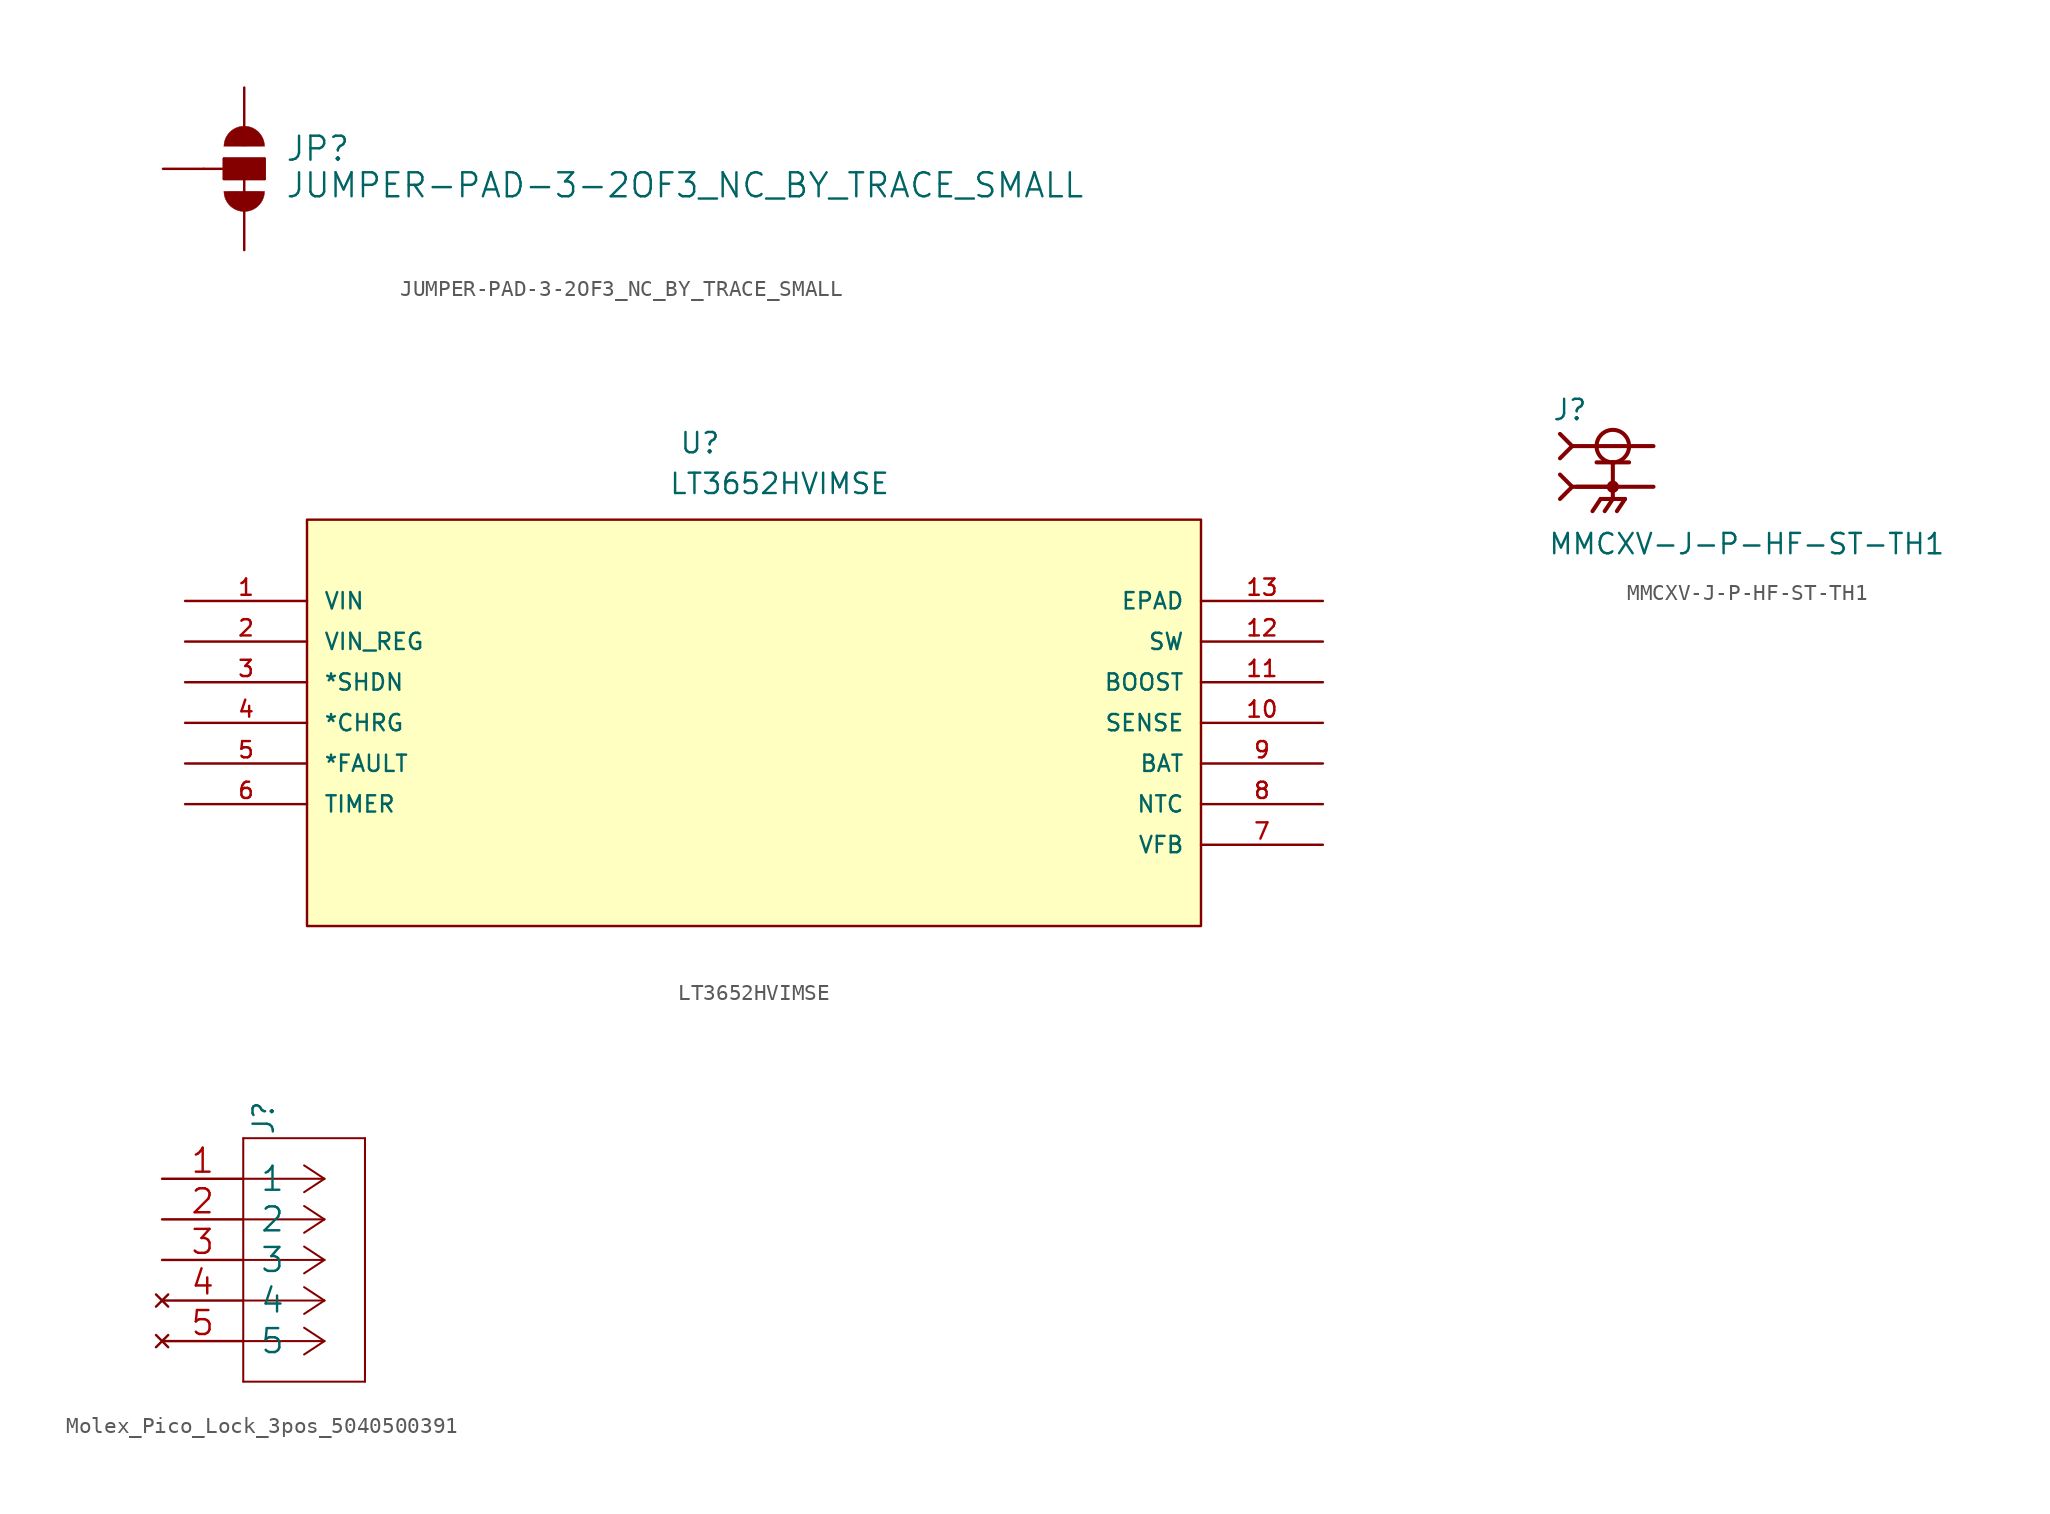
<source format=kicad_sym>
(kicad_symbol_lib
  (version 20211014)
  (generator kicad_symbol_editor)
  (symbol "JUMPER-PAD-3-2OF3_NC_BY_TRACE_SMALL"
    (pin_names
      (offset 1.016))
    (property "Reference" "JP"
      (at 2.54 0.381 0)
      (effects (font (size 1.499 1.499)) (justify left bottom)))
    (property "Value" "JUMPER-PAD-3-2OF3_NC_BY_TRACE_SMALL"
      (at 2.54 -1.905 0)
      (effects (font (size 1.499 1.499)) (justify left bottom)))
    (property "ki_locked" ""
      (at 0 0 0)
      (effects (font (size 1.27 1.27))))
    (symbol "JUMPER-PAD-3-2OF3_NC_BY_TRACE_SMALL_1_0"
      (arc (start -1.27 -1.397) (mid 0 -2.667) (end 1.27 -1.397) (stroke (width 0.0254) (type default) (color 0 0 0 0)) (fill (type outline)))
      (rectangle (start -1.27 -0.635) (end 1.27 0.635) (stroke (width 0) (type default) (color 0 0 0 0)) (fill (type outline)))
      (polyline (pts (xy -2.54 0) (xy -1.27 0)) (stroke (width 0) (type default) (color 0 0 0 0)) (fill (type none)))
      (polyline (pts (xy -1.27 -0.635) (xy -1.27 0)) (stroke (width 0) (type default) (color 0 0 0 0)) (fill (type none)))
      (polyline (pts (xy -1.27 0) (xy -1.27 0.635)) (stroke (width 0) (type default) (color 0 0 0 0)) (fill (type none)))
      (polyline (pts (xy -1.27 0.635) (xy 1.27 0.635)) (stroke (width 0) (type default) (color 0 0 0 0)) (fill (type none)))
      (polyline (pts (xy 0 0) (xy 0 -2.54)) (stroke (width 0) (type default) (color 0 0 0 0)) (fill (type none)))
      (polyline (pts (xy 1.27 -0.635) (xy -1.27 -0.635)) (stroke (width 0) (type default) (color 0 0 0 0)) (fill (type none)))
      (polyline (pts (xy 1.27 0.635) (xy 1.27 -0.635)) (stroke (width 0) (type default) (color 0 0 0 0)) (fill (type none)))
      (arc (start 1.27 1.397) (mid 0 2.667) (end -1.27 1.397) (stroke (width 0.0254) (type default) (color 0 0 0 0)) (fill (type outline)))
      (pin passive line (at 0 5.08 270) (length 2.54) (name "1" (effects (font (size 0 0)))) (number "1" (effects (font (size 0 0)))))
      (pin passive line (at -5.08 0 0) (length 2.54) (name "2" (effects (font (size 0 0)))) (number "2" (effects (font (size 0 0)))))
      (pin passive line (at 0 -5.08 90) (length 2.54) (name "3" (effects (font (size 0 0)))) (number "3" (effects (font (size 0 0)))))))
  (symbol "LT3652HVIMSE"
    (pin_names
      (offset 1.016))
    (property "Reference" "U"
      (at 30.874 9.13 0)
      (effects (font (size 1.27 1.27)) (justify left bottom)))
    (property "Value" "LT3652HVIMSE"
      (at 30.225 6.584 0)
      (effects (font (size 1.27 1.27)) (justify left bottom)))
    (symbol "LT3652HVIMSE_0_0"
      (rectangle (start 7.62 -20.32) (end 63.5 5.08) (stroke (width 0.152) (type default) (color 0 0 0 0)) (fill (type background)))
      (pin input line (at 0 0 0) (length 7.62) (name "VIN" (effects (font (size 1.016 1.016)))) (number "1" (effects (font (size 1.016 1.016)))))
      (pin passive line (at 71.12 -7.62 180) (length 7.62) (name "SENSE" (effects (font (size 1.016 1.016)))) (number "10" (effects (font (size 1.016 1.016)))))
      (pin passive line (at 71.12 -5.08 180) (length 7.62) (name "BOOST" (effects (font (size 1.016 1.016)))) (number "11" (effects (font (size 1.016 1.016)))))
      (pin output line (at 71.12 -2.54 180) (length 7.62) (name "SW" (effects (font (size 1.016 1.016)))) (number "12" (effects (font (size 1.016 1.016)))))
      (pin passive line (at 71.12 0 180) (length 7.62) (name "EPAD" (effects (font (size 1.016 1.016)))) (number "13" (effects (font (size 1.016 1.016)))))
      (pin input line (at 0 -2.54 0) (length 7.62) (name "VIN_REG" (effects (font (size 1.016 1.016)))) (number "2" (effects (font (size 1.016 1.016)))))
      (pin input line (at 0 -5.08 0) (length 7.62) (name "*SHDN" (effects (font (size 1.016 1.016)))) (number "3" (effects (font (size 1.016 1.016)))))
      (pin output line (at 0 -7.62 0) (length 7.62) (name "*CHRG" (effects (font (size 1.016 1.016)))) (number "4" (effects (font (size 1.016 1.016)))))
      (pin output line (at 0 -10.16 0) (length 7.62) (name "*FAULT" (effects (font (size 1.016 1.016)))) (number "5" (effects (font (size 1.016 1.016)))))
      (pin passive line (at 0 -12.7 0) (length 7.62) (name "TIMER" (effects (font (size 1.016 1.016)))) (number "6" (effects (font (size 1.016 1.016)))))
      (pin output line (at 71.12 -15.24 180) (length 7.62) (name "VFB" (effects (font (size 1.016 1.016)))) (number "7" (effects (font (size 1.016 1.016)))))
      (pin input line (at 71.12 -12.7 180) (length 7.62) (name "NTC" (effects (font (size 1.016 1.016)))) (number "8" (effects (font (size 1.016 1.016)))))
      (pin output line (at 71.12 -10.16 180) (length 7.62) (name "BAT" (effects (font (size 1.016 1.016)))) (number "9" (effects (font (size 1.016 1.016)))))))
  (symbol "MMCXV-J-P-HF-ST-TH1"
    (pin_numbers hide)
    (pin_names
      (offset 1.016) hide)
    (property "Reference" "J"
      (at -3.81 4.064 0)
      (effects (font (size 1.27 1.27)) (justify left bottom)))
    (property "Value" "MMCXV-J-P-HF-ST-TH1"
      (at -4.064 -4.318 0)
      (effects (font (size 1.27 1.27)) (justify left bottom)))
    (property "ki_locked" ""
      (at 0 0 0)
      (effects (font (size 1.27 1.27))))
    (symbol "MMCXV-J-P-HF-ST-TH1_0_0"
      (polyline (pts (xy -3.302 -0.762) (xy -2.54 0)) (stroke (width 0.254) (type default) (color 0 0 0 0)) (fill (type none)))
      (polyline (pts (xy -3.302 0.762) (xy -2.54 0)) (stroke (width 0.254) (type default) (color 0 0 0 0)) (fill (type none)))
      (polyline (pts (xy -3.302 1.778) (xy -2.54 2.54)) (stroke (width 0.254) (type default) (color 0 0 0 0)) (fill (type none)))
      (polyline (pts (xy -3.302 3.302) (xy -2.54 2.54)) (stroke (width 0.254) (type default) (color 0 0 0 0)) (fill (type none)))
      (polyline (pts (xy -2.54 0) (xy 0 0)) (stroke (width 0.254) (type default) (color 0 0 0 0)) (fill (type none)))
      (polyline (pts (xy -2.54 2.54) (xy 2.54 2.54)) (stroke (width 0.254) (type default) (color 0 0 0 0)) (fill (type none)))
      (polyline (pts (xy -1.016 1.524) (xy 0 1.524)) (stroke (width 0.254) (type default) (color 0 0 0 0)) (fill (type none)))
      (polyline (pts (xy -0.762 -0.762) (xy -1.27 -1.524)) (stroke (width 0.254) (type default) (color 0 0 0 0)) (fill (type none)))
      (polyline (pts (xy 0 -0.762) (xy -0.762 -0.762)) (stroke (width 0.254) (type default) (color 0 0 0 0)) (fill (type none)))
      (polyline (pts (xy 0 -0.762) (xy -0.508 -1.524)) (stroke (width 0.254) (type default) (color 0 0 0 0)) (fill (type none)))
      (polyline (pts (xy 0 -0.762) (xy 0.762 -0.762)) (stroke (width 0.254) (type default) (color 0 0 0 0)) (fill (type none)))
      (polyline (pts (xy 0 0) (xy -2.286 0)) (stroke (width 0.254) (type default) (color 0 0 0 0)) (fill (type none)))
      (polyline (pts (xy 0 0) (xy 0 -0.762)) (stroke (width 0.254) (type default) (color 0 0 0 0)) (fill (type none)))
      (polyline (pts (xy 0 1.524) (xy 0 0)) (stroke (width 0.254) (type default) (color 0 0 0 0)) (fill (type none)))
      (polyline (pts (xy 0 1.524) (xy 1.016 1.524)) (stroke (width 0.254) (type default) (color 0 0 0 0)) (fill (type none)))
      (polyline (pts (xy 0.762 -0.762) (xy 0.254 -1.524)) (stroke (width 0.254) (type default) (color 0 0 0 0)) (fill (type none)))
      (polyline (pts (xy 2.54 0) (xy 0 0)) (stroke (width 0.254) (type default) (color 0 0 0 0)) (fill (type none)))
      (circle (center 0 0) (radius 0.254) (stroke (width 0.254) (type default) (color 0 0 0 0)) (fill (type none)))
      (circle (center 0 2.54) (radius 1.016) (stroke (width 0.254) (type default) (color 0 0 0 0)) (fill (type none)))
      (pin passive line (at 2.54 2.54 180) (length 5.08) (name "~" (effects (font (size 1.016 1.016)))) (number "1" (effects (font (size 1.016 1.016)))))
      (pin passive line (at 2.54 0 180) (length 5.08) (name "~" (effects (font (size 1.016 1.016)))) (number "S1" (effects (font (size 1.016 1.016)))))
      (pin passive line (at 2.54 0 180) (length 5.08) (name "~" (effects (font (size 1.016 1.016)))) (number "S2" (effects (font (size 1.016 1.016)))))
      (pin passive line (at 2.54 0 180) (length 5.08) (name "~" (effects (font (size 1.016 1.016)))) (number "S3" (effects (font (size 1.016 1.016)))))
      (pin passive line (at 2.54 0 180) (length 5.08) (name "~" (effects (font (size 1.016 1.016)))) (number "S4" (effects (font (size 1.016 1.016)))))))
  (symbol "Molex_Pico_Lock_3pos_5040500391"
    (pin_names
      (offset 1.016))
    (property "Reference" "J"
      (at -2.54 8.89 90)
      (effects (font (size 1.27 1.27))))
    (symbol "Molex_Pico_Lock_3pos_5040500391_1_1"
      (polyline (pts (xy -3.81 -7.62) (xy 3.81 -7.62)) (stroke (width 0.127) (type default) (color 0 0 0 0)) (fill (type none)))
      (polyline (pts (xy -3.81 7.62) (xy -3.81 -7.62)) (stroke (width 0.127) (type default) (color 0 0 0 0)) (fill (type none)))
      (polyline (pts (xy 1.27 -5.08) (xy -3.81 -5.08)) (stroke (width 0.127) (type default) (color 0 0 0 0)) (fill (type none)))
      (polyline (pts (xy 1.27 -5.08) (xy 0 -5.918)) (stroke (width 0.127) (type default) (color 0 0 0 0)) (fill (type none)))
      (polyline (pts (xy 1.27 -5.08) (xy 0 -4.242)) (stroke (width 0.127) (type default) (color 0 0 0 0)) (fill (type none)))
      (polyline (pts (xy 1.27 -2.54) (xy -3.81 -2.54)) (stroke (width 0.127) (type default) (color 0 0 0 0)) (fill (type none)))
      (polyline (pts (xy 1.27 -2.54) (xy 0 -3.378)) (stroke (width 0.127) (type default) (color 0 0 0 0)) (fill (type none)))
      (polyline (pts (xy 1.27 -2.54) (xy 0 -1.702)) (stroke (width 0.127) (type default) (color 0 0 0 0)) (fill (type none)))
      (polyline (pts (xy 1.27 0) (xy -3.81 0)) (stroke (width 0.127) (type default) (color 0 0 0 0)) (fill (type none)))
      (polyline (pts (xy 1.27 0) (xy 0 -0.838)) (stroke (width 0.127) (type default) (color 0 0 0 0)) (fill (type none)))
      (polyline (pts (xy 1.27 0) (xy 0 0.838)) (stroke (width 0.127) (type default) (color 0 0 0 0)) (fill (type none)))
      (polyline (pts (xy 1.27 2.54) (xy -3.81 2.54)) (stroke (width 0.127) (type default) (color 0 0 0 0)) (fill (type none)))
      (polyline (pts (xy 1.27 2.54) (xy 0 1.702)) (stroke (width 0.127) (type default) (color 0 0 0 0)) (fill (type none)))
      (polyline (pts (xy 1.27 2.54) (xy 0 3.378)) (stroke (width 0.127) (type default) (color 0 0 0 0)) (fill (type none)))
      (polyline (pts (xy 1.27 5.08) (xy -3.81 5.08)) (stroke (width 0.127) (type default) (color 0 0 0 0)) (fill (type none)))
      (polyline (pts (xy 1.27 5.08) (xy 0 4.242)) (stroke (width 0.127) (type default) (color 0 0 0 0)) (fill (type none)))
      (polyline (pts (xy 1.27 5.08) (xy 0 5.918)) (stroke (width 0.127) (type default) (color 0 0 0 0)) (fill (type none)))
      (polyline (pts (xy 3.81 -7.62) (xy 3.81 7.62)) (stroke (width 0.127) (type default) (color 0 0 0 0)) (fill (type none)))
      (polyline (pts (xy 3.81 7.62) (xy -3.81 7.62)) (stroke (width 0.127) (type default) (color 0 0 0 0)) (fill (type none)))
      (pin unspecified line (at -8.89 5.08 0) (length 5.08) (name "1" (effects (font (size 1.499 1.499)))) (number "1" (effects (font (size 1.499 1.499)))))
      (pin unspecified line (at -8.89 2.54 0) (length 5.08) (name "2" (effects (font (size 1.499 1.499)))) (number "2" (effects (font (size 1.499 1.499)))))
      (pin unspecified line (at -8.89 0 0) (length 5.08) (name "3" (effects (font (size 1.499 1.499)))) (number "3" (effects (font (size 1.499 1.499)))))
      (pin no_connect line (at -8.89 -2.54 0) (length 5.08) (name "4" (effects (font (size 1.499 1.499)))) (number "4" (effects (font (size 1.499 1.499)))))
      (pin no_connect line (at -8.89 -5.08 0) (length 5.08) (name "5" (effects (font (size 1.499 1.499)))) (number "5" (effects (font (size 1.499 1.499))))))))
</source>
